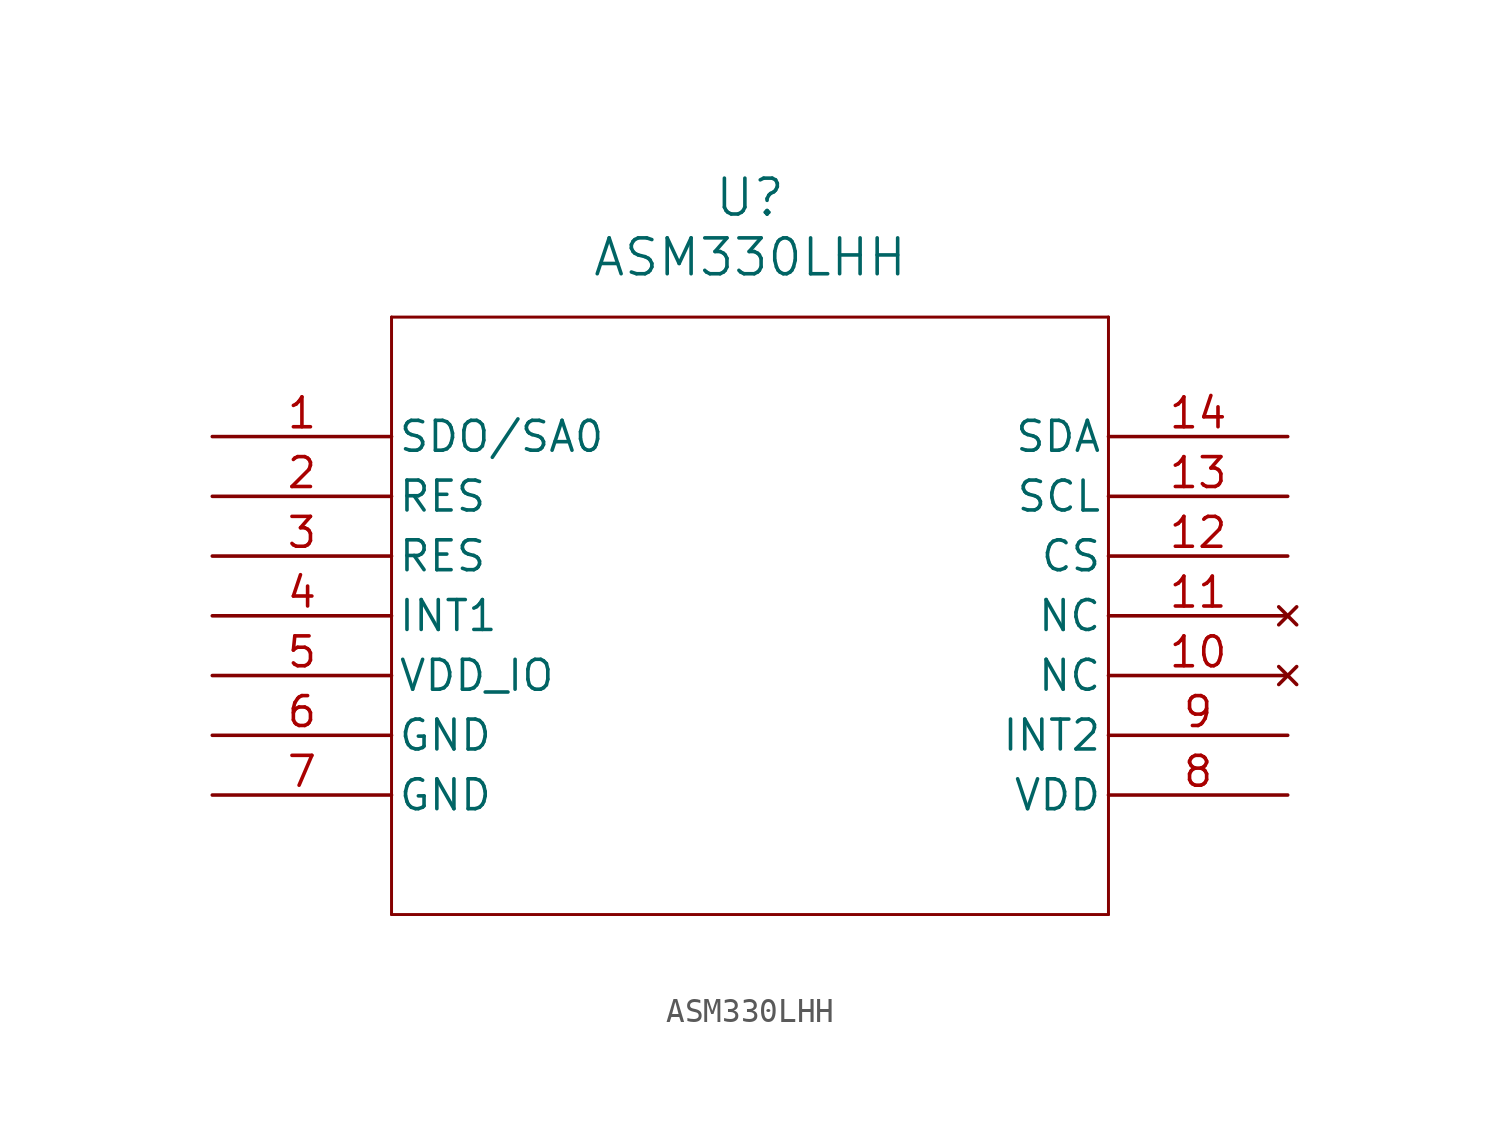
<source format=kicad_sym>
(kicad_symbol_lib
  (version 20211014)
  (generator kicad_symbol_editor)
  (symbol "ASM330LHH"
    (pin_names
      (offset 0.254))
    (property "Reference" "U"
      (at 22.86 10.16 0)
      (effects (font (size 1.524 1.524))))
    (property "Value" "ASM330LHH"
      (at 22.86 7.62 0)
      (effects (font (size 1.524 1.524))))
    (symbol "ASM330LHH_0_1"
      (polyline (pts (xy 7.62 5.08) (xy 7.62 -20.32)) (stroke (width 0.127) (type default) (color 0 0 0 0)) (fill (type none)))
      (polyline (pts (xy 7.62 -20.32) (xy 38.1 -20.32)) (stroke (width 0.127) (type default) (color 0 0 0 0)) (fill (type none)))
      (polyline (pts (xy 38.1 -20.32) (xy 38.1 5.08)) (stroke (width 0.127) (type default) (color 0 0 0 0)) (fill (type none)))
      (polyline (pts (xy 38.1 5.08) (xy 7.62 5.08)) (stroke (width 0.127) (type default) (color 0 0 0 0)) (fill (type none)))
      (pin bidirectional line (at 0 0 0) (length 7.62) (name "SDO/SA0" (effects (font (size 1.27 1.27)))) (number "1" (effects (font (size 1.27 1.27)))))
      (pin unspecified line (at 0 -2.54 0) (length 7.62) (name "RES" (effects (font (size 1.27 1.27)))) (number "2" (effects (font (size 1.27 1.27)))))
      (pin unspecified line (at 0 -5.08 0) (length 7.62) (name "RES" (effects (font (size 1.27 1.27)))) (number "3" (effects (font (size 1.27 1.27)))))
      (pin input line (at 0 -7.62 0) (length 7.62) (name "INT1" (effects (font (size 1.27 1.27)))) (number "4" (effects (font (size 1.27 1.27)))))
      (pin power_in line (at 0 -10.16 0) (length 7.62) (name "VDD_IO" (effects (font (size 1.27 1.27)))) (number "5" (effects (font (size 1.27 1.27)))))
      (pin power_out line (at 0 -12.7 0) (length 7.62) (name "GND" (effects (font (size 1.27 1.27)))) (number "6" (effects (font (size 1.27 1.27)))))
      (pin power_out line (at 0 -15.24 0) (length 7.62) (name "GND" (effects (font (size 1.27 1.27)))) (number "7" (effects (font (size 1.27 1.27)))))
      (pin power_in line (at 45.72 -15.24 180) (length 7.62) (name "VDD" (effects (font (size 1.27 1.27)))) (number "8" (effects (font (size 1.27 1.27)))))
      (pin input line (at 45.72 -12.7 180) (length 7.62) (name "INT2" (effects (font (size 1.27 1.27)))) (number "9" (effects (font (size 1.27 1.27)))))
      (pin no_connect line (at 45.72 -10.16 180) (length 7.62) (name "NC" (effects (font (size 1.27 1.27)))) (number "10" (effects (font (size 1.27 1.27)))))
      (pin no_connect line (at 45.72 -7.62 180) (length 7.62) (name "NC" (effects (font (size 1.27 1.27)))) (number "11" (effects (font (size 1.27 1.27)))))
      (pin input line (at 45.72 -5.08 180) (length 7.62) (name "CS" (effects (font (size 1.27 1.27)))) (number "12" (effects (font (size 1.27 1.27)))))
      (pin bidirectional line (at 45.72 -2.54 180) (length 7.62) (name "SCL" (effects (font (size 1.27 1.27)))) (number "13" (effects (font (size 1.27 1.27)))))
      (pin input line (at 45.72 0 180) (length 7.62) (name "SDA" (effects (font (size 1.27 1.27)))) (number "14" (effects (font (size 1.27 1.27))))))))
</source>
